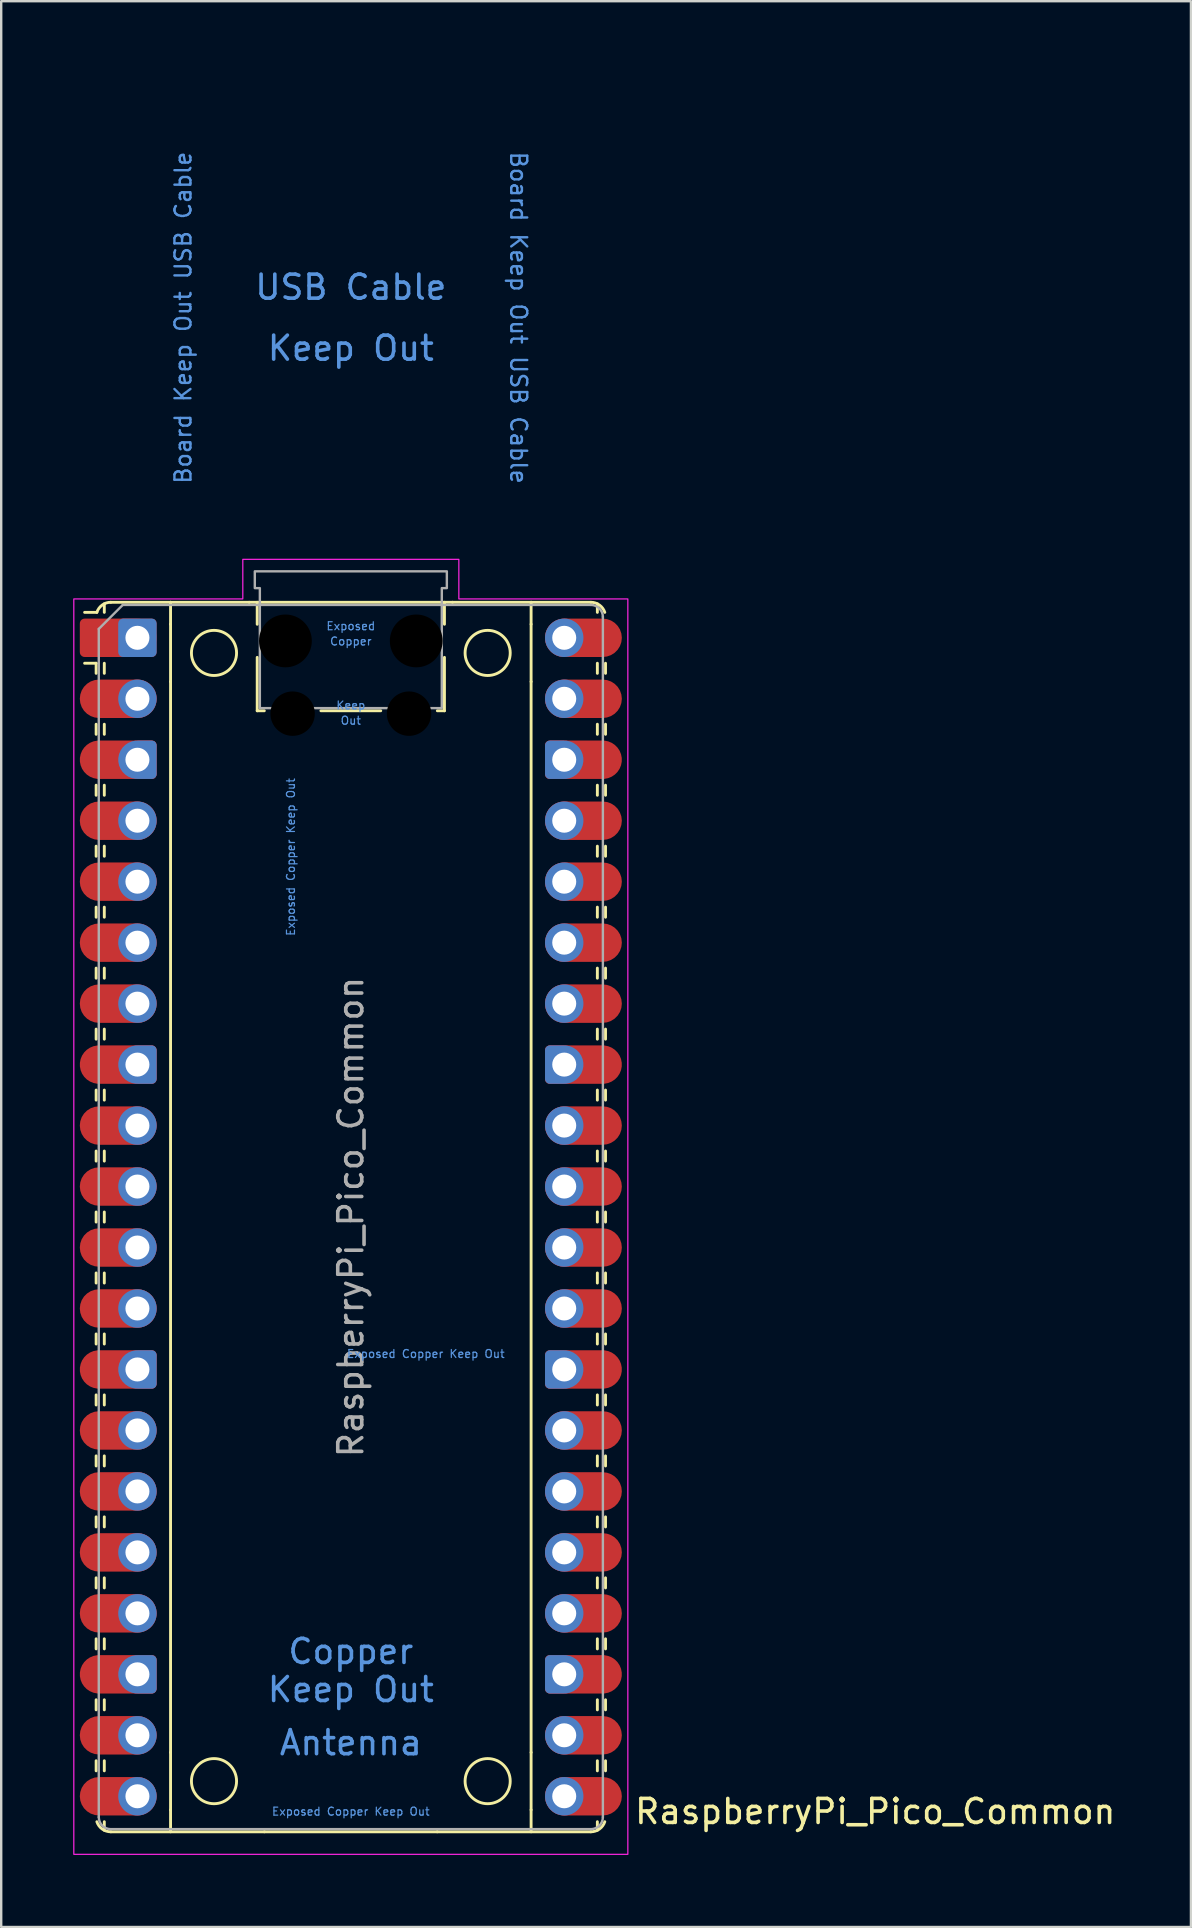
<source format=kicad_pcb>
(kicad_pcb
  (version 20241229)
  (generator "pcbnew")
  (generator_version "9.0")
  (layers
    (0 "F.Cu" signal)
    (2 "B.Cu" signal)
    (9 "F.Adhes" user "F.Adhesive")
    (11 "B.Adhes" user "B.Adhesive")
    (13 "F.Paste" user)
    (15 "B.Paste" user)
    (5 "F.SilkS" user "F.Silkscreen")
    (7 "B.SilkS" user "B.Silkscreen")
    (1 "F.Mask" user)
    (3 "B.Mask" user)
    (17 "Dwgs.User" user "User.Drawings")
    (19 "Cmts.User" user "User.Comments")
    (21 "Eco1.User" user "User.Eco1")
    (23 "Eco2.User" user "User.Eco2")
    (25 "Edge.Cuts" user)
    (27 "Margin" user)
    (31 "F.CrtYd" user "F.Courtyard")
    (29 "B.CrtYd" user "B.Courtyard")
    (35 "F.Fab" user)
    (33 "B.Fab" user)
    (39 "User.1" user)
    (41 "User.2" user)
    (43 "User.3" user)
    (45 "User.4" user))
  (footprint "RaspberryPi_Pico_Common"
    (layer "F.Cu")
    (at 11.565 47.65)
    (property "Reference" "RaspberryPi_Pico_Common" (at 11.748 24.765 0) (unlocked yes) (layer "F.SilkS") (effects (font (size 1 1) (thickness 0.15)) (justify left)))
    (attr through_hole)
    (fp_line (start -10.61 -23.07) (end -11.09 -23.07) (stroke (width 0.12) (type solid)) (layer "F.SilkS"))
    (fp_line (start -10.61 -23.07) (end -10.61 -22.65) (stroke (width 0.12) (type solid)) (layer "F.SilkS"))
    (fp_line (start -10.61 -20.53) (end -10.61 -20.11) (stroke (width 0.12) (type solid)) (layer "F.SilkS"))
    (fp_line (start -10.61 -17.99) (end -10.61 -17.57) (stroke (width 0.12) (type solid)) (layer "F.SilkS"))
    (fp_line (start -10.61 -15.45) (end -10.61 -15.03) (stroke (width 0.12) (type solid)) (layer "F.SilkS"))
    (fp_line (start -10.61 -12.91) (end -10.61 -12.49) (stroke (width 0.12) (type solid)) (layer "F.SilkS"))
    (fp_line (start -10.61 -10.37) (end -10.61 -9.95) (stroke (width 0.12) (type solid)) (layer "F.SilkS"))
    (fp_line (start -10.61 -7.83) (end -10.61 -7.41) (stroke (width 0.12) (type solid)) (layer "F.SilkS"))
    (fp_line (start -10.61 -5.29) (end -10.61 -4.87) (stroke (width 0.12) (type solid)) (layer "F.SilkS"))
    (fp_line (start -10.61 -2.75) (end -10.61 -2.33) (stroke (width 0.12) (type solid)) (layer "F.SilkS"))
    (fp_line (start -10.61 -0.21) (end -10.61 0.21) (stroke (width 0.12) (type solid)) (layer "F.SilkS"))
    (fp_line (start -10.61 2.33) (end -10.61 2.75) (stroke (width 0.12) (type solid)) (layer "F.SilkS"))
    (fp_line (start -10.61 4.87) (end -10.61 5.29) (stroke (width 0.12) (type solid)) (layer "F.SilkS"))
    (fp_line (start -10.61 7.41) (end -10.61 7.83) (stroke (width 0.12) (type solid)) (layer "F.SilkS"))
    (fp_line (start -10.61 9.95) (end -10.61 10.37) (stroke (width 0.12) (type solid)) (layer "F.SilkS"))
    (fp_line (start -10.61 12.49) (end -10.61 12.91) (stroke (width 0.12) (type solid)) (layer "F.SilkS"))
    (fp_line (start -10.61 15.03) (end -10.61 15.45) (stroke (width 0.12) (type solid)) (layer "F.SilkS"))
    (fp_line (start -10.61 17.57) (end -10.61 17.99) (stroke (width 0.12) (type solid)) (layer "F.SilkS"))
    (fp_line (start -10.61 20.11) (end -10.61 20.53) (stroke (width 0.12) (type solid)) (layer "F.SilkS"))
    (fp_line (start -10.61 22.65) (end -10.61 23.07) (stroke (width 0.12) (type solid)) (layer "F.SilkS"))
    (fp_line (start -10.58 -25.19) (end -11.09 -25.19) (stroke (width 0.12) (type solid)) (layer "F.SilkS"))
    (fp_line (start -10.27 -25.19) (end -10.27 -25.547) (stroke (width 0.12) (type solid)) (layer "F.SilkS"))
    (fp_line (start -10.27 -23.07) (end -10.27 -22.65) (stroke (width 0.12) (type solid)) (layer "F.SilkS"))
    (fp_line (start -10.27 -20.53) (end -10.27 -20.11) (stroke (width 0.12) (type solid)) (layer "F.SilkS"))
    (fp_line (start -10.27 -17.99) (end -10.27 -17.57) (stroke (width 0.12) (type solid)) (layer "F.SilkS"))
    (fp_line (start -10.27 -15.45) (end -10.27 -15.03) (stroke (width 0.12) (type solid)) (layer "F.SilkS"))
    (fp_line (start -10.27 -12.91) (end -10.27 -12.49) (stroke (width 0.12) (type solid)) (layer "F.SilkS"))
    (fp_line (start -10.27 -10.37) (end -10.27 -9.95) (stroke (width 0.12) (type solid)) (layer "F.SilkS"))
    (fp_line (start -10.27 -7.83) (end -10.27 -7.41) (stroke (width 0.12) (type solid)) (layer "F.SilkS"))
    (fp_line (start -10.27 -5.29) (end -10.27 -4.87) (stroke (width 0.12) (type solid)) (layer "F.SilkS"))
    (fp_line (start -10.27 -2.75) (end -10.27 -2.33) (stroke (width 0.12) (type solid)) (layer "F.SilkS"))
    (fp_line (start -10.27 -0.21) (end -10.27 0.21) (stroke (width 0.12) (type solid)) (layer "F.SilkS"))
    (fp_line (start -10.27 2.33) (end -10.27 2.75) (stroke (width 0.12) (type solid)) (layer "F.SilkS"))
    (fp_line (start -10.27 4.87) (end -10.27 5.29) (stroke (width 0.12) (type solid)) (layer "F.SilkS"))
    (fp_line (start -10.27 7.41) (end -10.27 7.83) (stroke (width 0.12) (type solid)) (layer "F.SilkS"))
    (fp_line (start -10.27 9.95) (end -10.27 10.37) (stroke (width 0.12) (type solid)) (layer "F.SilkS"))
    (fp_line (start -10.27 12.49) (end -10.27 12.91) (stroke (width 0.12) (type solid)) (layer "F.SilkS"))
    (fp_line (start -10.27 15.03) (end -10.27 15.45) (stroke (width 0.12) (type solid)) (layer "F.SilkS"))
    (fp_line (start -10.27 17.57) (end -10.27 17.99) (stroke (width 0.12) (type solid)) (layer "F.SilkS"))
    (fp_line (start -10.27 20.11) (end -10.27 20.53) (stroke (width 0.12) (type solid)) (layer "F.SilkS"))
    (fp_line (start -10.27 22.65) (end -10.27 23.07) (stroke (width 0.12) (type solid)) (layer "F.SilkS"))
    (fp_line (start -10.27 25.19) (end -10.27 25.547) (stroke (width 0.12) (type solid)) (layer "F.SilkS"))
    (fp_line (start -10 -25.61) (end -7.51 -25.61) (stroke (width 0.12) (type solid)) (layer "F.SilkS"))
    (fp_line (start -10 25.61) (end -3.6 25.61) (stroke (width 0.12) (type solid)) (layer "F.SilkS"))
    (fp_line (start -7.51 -25.61) (end -7.51 -24.696) (stroke (width 0.12) (type solid)) (layer "F.SilkS"))
    (fp_line (start -7.51 -25.61) (end -4.235 -25.61) (stroke (width 0.12) (type solid)) (layer "F.SilkS"))
    (fp_line (start -7.51 -24.696) (end -7.51 -22.304) (stroke (width 0.12) (type solid)) (layer "F.SilkS"))
    (fp_line (start -7.51 -22.304) (end -7.51 22.304) (stroke (width 0.12) (type solid)) (layer "F.SilkS"))
    (fp_line (start -7.51 22.304) (end -7.51 24.696) (stroke (width 0.12) (type solid)) (layer "F.SilkS"))
    (fp_line (start -7.51 24.696) (end -7.51 25.61) (stroke (width 0.12) (type solid)) (layer "F.SilkS"))
    (fp_line (start -4.235 -25.61) (end 4.235 -25.61) (stroke (width 0.12) (type solid)) (layer "F.SilkS"))
    (fp_line (start -3.9 -25.61) (end -3.9 -24.694) (stroke (width 0.12) (type solid)) (layer "F.SilkS"))
    (fp_line (start -3.9 -23.315) (end -3.9 -21.09) (stroke (width 0.12) (type solid)) (layer "F.SilkS"))
    (fp_line (start -3.9 -21.09) (end -3.604 -21.09) (stroke (width 0.12) (type solid)) (layer "F.SilkS"))
    (fp_line (start -1.246 -21.09) (end 1.246 -21.09) (stroke (width 0.12) (type solid)) (layer "F.SilkS"))
    (fp_line (start 3.6 25.61) (end -3.6 25.61) (stroke (width 0.12) (type solid)) (layer "F.SilkS"))
    (fp_line (start 3.6 25.61) (end 10 25.61) (stroke (width 0.12) (type solid)) (layer "F.SilkS"))
    (fp_line (start 3.604 -21.09) (end 3.9 -21.09) (stroke (width 0.12) (type solid)) (layer "F.SilkS"))
    (fp_line (start 3.9 -25.61) (end 3.9 -24.694) (stroke (width 0.12) (type solid)) (layer "F.SilkS"))
    (fp_line (start 3.9 -23.315) (end 3.9 -21.09) (stroke (width 0.12) (type solid)) (layer "F.SilkS"))
    (fp_line (start 4.235 -25.61) (end 7.51 -25.61) (stroke (width 0.12) (type solid)) (layer "F.SilkS"))
    (fp_line (start 7.51 -25.61) (end 7.51 -24.696) (stroke (width 0.12) (type solid)) (layer "F.SilkS"))
    (fp_line (start 7.51 -24.696) (end 7.51 -22.304) (stroke (width 0.12) (type solid)) (layer "F.SilkS"))
    (fp_line (start 7.51 -22.304) (end 7.51 22.304) (stroke (width 0.12) (type solid)) (layer "F.SilkS"))
    (fp_line (start 7.51 22.304) (end 7.51 24.696) (stroke (width 0.12) (type solid)) (layer "F.SilkS"))
    (fp_line (start 7.51 24.696) (end 7.51 25.61) (stroke (width 0.12) (type solid)) (layer "F.SilkS"))
    (fp_line (start 10 -25.61) (end 7.51 -25.61) (stroke (width 0.12) (type solid)) (layer "F.SilkS"))
    (fp_line (start 10.27 -25.19) (end 10.27 -25.547) (stroke (width 0.12) (type solid)) (layer "F.SilkS"))
    (fp_line (start 10.27 -23.07) (end 10.27 -22.65) (stroke (width 0.12) (type solid)) (layer "F.SilkS"))
    (fp_line (start 10.27 -20.53) (end 10.27 -20.11) (stroke (width 0.12) (type solid)) (layer "F.SilkS"))
    (fp_line (start 10.27 -17.99) (end 10.27 -17.57) (stroke (width 0.12) (type solid)) (layer "F.SilkS"))
    (fp_line (start 10.27 -15.45) (end 10.27 -15.03) (stroke (width 0.12) (type solid)) (layer "F.SilkS"))
    (fp_line (start 10.27 -12.91) (end 10.27 -12.49) (stroke (width 0.12) (type solid)) (layer "F.SilkS"))
    (fp_line (start 10.27 -10.37) (end 10.27 -9.95) (stroke (width 0.12) (type solid)) (layer "F.SilkS"))
    (fp_line (start 10.27 -7.83) (end 10.27 -7.41) (stroke (width 0.12) (type solid)) (layer "F.SilkS"))
    (fp_line (start 10.27 -5.29) (end 10.27 -4.87) (stroke (width 0.12) (type solid)) (layer "F.SilkS"))
    (fp_line (start 10.27 -2.75) (end 10.27 -2.33) (stroke (width 0.12) (type solid)) (layer "F.SilkS"))
    (fp_line (start 10.27 -0.21) (end 10.27 0.21) (stroke (width 0.12) (type solid)) (layer "F.SilkS"))
    (fp_line (start 10.27 2.33) (end 10.27 2.75) (stroke (width 0.12) (type solid)) (layer "F.SilkS"))
    (fp_line (start 10.27 4.87) (end 10.27 5.29) (stroke (width 0.12) (type solid)) (layer "F.SilkS"))
    (fp_line (start 10.27 7.41) (end 10.27 7.83) (stroke (width 0.12) (type solid)) (layer "F.SilkS"))
    (fp_line (start 10.27 9.95) (end 10.27 10.37) (stroke (width 0.12) (type solid)) (layer "F.SilkS"))
    (fp_line (start 10.27 12.49) (end 10.27 12.91) (stroke (width 0.12) (type solid)) (layer "F.SilkS"))
    (fp_line (start 10.27 15.03) (end 10.27 15.45) (stroke (width 0.12) (type solid)) (layer "F.SilkS"))
    (fp_line (start 10.27 17.57) (end 10.27 17.99) (stroke (width 0.12) (type solid)) (layer "F.SilkS"))
    (fp_line (start 10.27 20.11) (end 10.27 20.53) (stroke (width 0.12) (type solid)) (layer "F.SilkS"))
    (fp_line (start 10.27 22.65) (end 10.27 23.07) (stroke (width 0.12) (type solid)) (layer "F.SilkS"))
    (fp_line (start 10.27 25.19) (end 10.27 25.547) (stroke (width 0.12) (type solid)) (layer "F.SilkS"))
    (fp_line (start 10.61 -23.07) (end 10.61 -22.65) (stroke (width 0.12) (type solid)) (layer "F.SilkS"))
    (fp_line (start 10.61 -20.53) (end 10.61 -20.11) (stroke (width 0.12) (type solid)) (layer "F.SilkS"))
    (fp_line (start 10.61 -17.99) (end 10.61 -17.57) (stroke (width 0.12) (type solid)) (layer "F.SilkS"))
    (fp_line (start 10.61 -15.45) (end 10.61 -15.03) (stroke (width 0.12) (type solid)) (layer "F.SilkS"))
    (fp_line (start 10.61 -12.91) (end 10.61 -12.49) (stroke (width 0.12) (type solid)) (layer "F.SilkS"))
    (fp_line (start 10.61 -10.37) (end 10.61 -9.95) (stroke (width 0.12) (type solid)) (layer "F.SilkS"))
    (fp_line (start 10.61 -7.83) (end 10.61 -7.41) (stroke (width 0.12) (type solid)) (layer "F.SilkS"))
    (fp_line (start 10.61 -5.29) (end 10.61 -4.87) (stroke (width 0.12) (type solid)) (layer "F.SilkS"))
    (fp_line (start 10.61 -2.75) (end 10.61 -2.33) (stroke (width 0.12) (type solid)) (layer "F.SilkS"))
    (fp_line (start 10.61 -0.21) (end 10.61 0.21) (stroke (width 0.12) (type solid)) (layer "F.SilkS"))
    (fp_line (start 10.61 2.33) (end 10.61 2.75) (stroke (width 0.12) (type solid)) (layer "F.SilkS"))
    (fp_line (start 10.61 4.87) (end 10.61 5.29) (stroke (width 0.12) (type solid)) (layer "F.SilkS"))
    (fp_line (start 10.61 7.41) (end 10.61 7.83) (stroke (width 0.12) (type solid)) (layer "F.SilkS"))
    (fp_line (start 10.61 9.95) (end 10.61 10.37) (stroke (width 0.12) (type solid)) (layer "F.SilkS"))
    (fp_line (start 10.61 12.49) (end 10.61 12.91) (stroke (width 0.12) (type solid)) (layer "F.SilkS"))
    (fp_line (start 10.61 15.03) (end 10.61 15.45) (stroke (width 0.12) (type solid)) (layer "F.SilkS"))
    (fp_line (start 10.61 17.57) (end 10.61 17.99) (stroke (width 0.12) (type solid)) (layer "F.SilkS"))
    (fp_line (start 10.61 20.11) (end 10.61 20.53) (stroke (width 0.12) (type solid)) (layer "F.SilkS"))
    (fp_line (start 10.61 22.65) (end 10.61 23.07) (stroke (width 0.12) (type solid)) (layer "F.SilkS"))
    (fp_arc (start -10.579676 -25.189937) (mid -10.357938 -25.493944) (end -10 -25.61) (stroke (width 0.12) (type solid)) (layer "F.SilkS"))
    (fp_arc (start -10 25.61) (mid -10.357937 25.493944) (end -10.579676 25.189937) (stroke (width 0.12) (type solid)) (layer "F.SilkS"))
    (fp_arc (start 10 -25.61) (mid 10.357937 -25.493944) (end 10.579676 -25.189937) (stroke (width 0.12) (type solid)) (layer "F.SilkS"))
    (fp_arc (start 10.579676 25.189937) (mid 10.357949 25.493953) (end 10 25.61) (stroke (width 0.12) (type solid)) (layer "F.SilkS"))
    (fp_circle (center -5.7 -23.5) (end -4.76 -23.5) (stroke (width 0.12) (type solid)) (fill no) (layer "F.SilkS"))
    (fp_circle (center -5.7 23.5) (end -4.76 23.5) (stroke (width 0.12) (type solid)) (fill no) (layer "F.SilkS"))
    (fp_circle (center 5.7 -23.5) (end 6.64 -23.5) (stroke (width 0.12) (type solid)) (fill no) (layer "F.SilkS"))
    (fp_circle (center 5.7 23.5) (end 6.64 23.5) (stroke (width 0.12) (type solid)) (fill no) (layer "F.SilkS"))
    (fp_poly (pts (xy -4.5 -27.4) (xy 4.5 -27.4) (xy 4.5 -25.75) (xy 11.54 -25.75) (xy 11.54 26.55) (xy -11.54 26.55) (xy -11.54 -25.75) (xy -4.5 -25.75)) (stroke (width 0.05) (type solid)) (fill no) (layer "F.CrtYd"))
    (fp_line (start -10.5 -24.5) (end -9.5 -25.5) (stroke (width 0.1) (type solid)) (layer "F.Fab"))
    (fp_line (start -10.5 25) (end -10.5 -24.5) (stroke (width 0.1) (type solid)) (layer "F.Fab"))
    (fp_line (start -9.5 -25.5) (end 10 -25.5) (stroke (width 0.1) (type solid)) (layer "F.Fab"))
    (fp_line (start 10 25.5) (end -10 25.5) (stroke (width 0.1) (type solid)) (layer "F.Fab"))
    (fp_line (start 10.5 -25) (end 10.5 25) (stroke (width 0.1) (type solid)) (layer "F.Fab"))
    (fp_arc (start -10 25.5) (mid -10.353553 25.353553) (end -10.5 25) (stroke (width 0.1) (type solid)) (layer "F.Fab"))
    (fp_arc (start 10 -25.5) (mid 10.353553 -25.353553) (end 10.5 -25) (stroke (width 0.1) (type solid)) (layer "F.Fab"))
    (fp_arc (start 10.5 25) (mid 10.353553 25.353553) (end 10 25.5) (stroke (width 0.1) (type solid)) (layer "F.Fab"))
    (fp_poly (pts (xy 3.79 -21.2) (xy 3.79 -26.2) (xy 4 -26.2) (xy 4 -26.9) (xy -4 -26.9) (xy -4 -26.2) (xy -3.79 -26.2) (xy -3.79 -21.2)) (stroke (width 0.1) (type solid)) (fill no) (layer "F.Fab"))
    (fp_text user "Keep" (at 0 -21.317 0) (unlocked yes) (layer "Cmts.User") (effects (font (size 0.333 0.333) (thickness 0.05))))
    (fp_text user "Exposed Copper Keep Out" (at 3.124 5.7 0) (unlocked yes) (layer "Cmts.User") (effects (font (size 0.333 0.333) (thickness 0.05))))
    (fp_text user "Exposed Copper Keep Out" (at -2.5 -15 90) (unlocked yes) (layer "Cmts.User") (effects (font (size 0.333 0.333) (thickness 0.05))))
    (fp_text user "Copper" (at 0 -23.983 0) (unlocked yes) (layer "Cmts.User") (effects (font (size 0.333 0.333) (thickness 0.05))))
    (fp_text user "Board Keep Out USB Cable" (at -6.985 -37.465 90) (unlocked yes) (layer "Cmts.User") (effects (font (size 0.667 0.667) (thickness 0.1))))
    (fp_text user "Keep Out" (at 0 19.685 0) (unlocked yes) (layer "Cmts.User") (effects (font (size 1 1) (thickness 0.15))))
    (fp_text user "Copper" (at 0 18.098 0) (unlocked yes) (layer "Cmts.User") (effects (font (size 1 1) (thickness 0.15))))
    (fp_text user "Out" (at 0 -20.683 0) (unlocked yes) (layer "Cmts.User") (effects (font (size 0.333 0.333) (thickness 0.05))))
    (fp_text user "Antenna" (at 0 21.9 0) (unlocked yes) (layer "Cmts.User") (effects (font (size 1 1) (thickness 0.15))))
    (fp_text user "Keep Out" (at 0 -36.195 0) (unlocked yes) (layer "Cmts.User") (effects (font (size 1 1) (thickness 0.15))))
    (fp_text user "Exposed" (at 0 -24.617 0) (unlocked yes) (layer "Cmts.User") (effects (font (size 0.333 0.333) (thickness 0.05))))
    (fp_text user "USB Cable" (at 0 -38.735 0) (unlocked yes) (layer "Cmts.User") (effects (font (size 1 1) (thickness 0.15))))
    (fp_text user "Exposed Copper Keep Out" (at 0 24.765 0) (unlocked yes) (layer "Cmts.User") (effects (font (size 0.333 0.333) (thickness 0.05))))
    (fp_text user "Board Keep Out USB Cable" (at 6.985 -37.465 270) (unlocked yes) (layer "Cmts.User") (effects (font (size 0.667 0.667) (thickness 0.1))))
    (fp_text user "${REFERENCE}" (at 0 0 90) (layer "F.Fab") (effects (font (size 1 1) (thickness 0.15))))
    (pad "" np_thru_hole circle (at -2.725 -24) (size 2.2 2.2) (drill 2.2) (layers "*.Mask"))
    (pad "" np_thru_hole circle (at -2.425 -20.97) (size 1.85 1.85) (drill 1.85) (layers "*.Mask"))
    (pad "" np_thru_hole circle (at 2.425 -20.97) (size 1.85 1.85) (drill 1.85) (layers "*.Mask"))
    (pad "" np_thru_hole circle (at 2.725 -24) (size 2.2 2.2) (drill 2.2) (layers "*.Mask"))
    (pad "1" thru_hole roundrect (at -8.89 -24.13) (size 1.6 1.6) (drill 1) (layers "*.Cu" "*.Mask") (roundrect_rratio 0.125))
    (pad "1" smd custom (at -8.89 -24.13) (size 1.6 1.6) (layers "F.Cu" "F.Mask") (options (anchor circle)) (primitives (gr_poly (pts (xy -2.4 0.6) (xy -2.4 -0.6) (xy -2.2 -0.8) (xy 0 -0.8) (xy 0 0.8) (xy -2.2 0.8)) (width 0) (fill yes)) (gr_circle (center -2.2 0.6) (end -2 0.6) (width 0) (fill yes)) (gr_circle (center -2.2 -0.6) (end -2 -0.6) (width 0) (fill yes))))
    (pad "2" thru_hole circle (at -8.89 -21.59) (size 1.6 1.6) (drill 1) (layers "*.Cu" "*.Mask"))
    (pad "2" smd roundrect (at -8.89 -21.59) (size 3.2 1.6) (drill (offset -0.8 0)) (layers "F.Cu" "F.Mask") (roundrect_rratio 0.5))
    (pad "3" smd custom (at -8.89 -19.05) (size 1.6 1.6) (layers "F.Cu" "F.Mask") (options (anchor circle)) (primitives (gr_poly (pts (xy 0.8 -0.6) (xy 0.8 0.6) (xy 0.6 0.8) (xy -1.6 0.8) (xy -1.6 -0.8) (xy 0.6 -0.8)) (width 0) (fill yes)) (gr_circle (center 0.6 0.6) (end 0.8 0.6) (width 0) (fill yes)) (gr_circle (center 0.6 -0.6) (end 0.8 -0.6) (width 0) (fill yes)) (gr_circle (center -1.6 0) (end -0.8 0) (width 0) (fill yes))))
    (pad "3" thru_hole custom (at -8.89 -19.05) (size 1.6 1.6) (drill 1) (layers "*.Cu" "*.Mask") (options (anchor circle)) (primitives (gr_poly (pts (xy 0.8 0.6) (xy 0.8 -0.6) (xy 0.6 -0.8) (xy 0 -0.8) (xy 0 0.8) (xy 0.6 0.8)) (width 0) (fill yes)) (gr_circle (center 0.6 0.6) (end 0.8 0.6) (width 0) (fill yes)) (gr_circle (center 0.6 -0.6) (end 0.8 -0.6) (width 0) (fill yes))))
    (pad "4" thru_hole circle (at -8.89 -16.51) (size 1.6 1.6) (drill 1) (layers "*.Cu" "*.Mask"))
    (pad "4" smd roundrect (at -8.89 -16.51) (size 3.2 1.6) (drill (offset -0.8 0)) (layers "F.Cu" "F.Mask") (roundrect_rratio 0.5))
    (pad "5" thru_hole circle (at -8.89 -13.97) (size 1.6 1.6) (drill 1) (layers "*.Cu" "*.Mask"))
    (pad "5" smd roundrect (at -8.89 -13.97) (size 3.2 1.6) (drill (offset -0.8 0)) (layers "F.Cu" "F.Mask") (roundrect_rratio 0.5))
    (pad "6" thru_hole circle (at -8.89 -11.43) (size 1.6 1.6) (drill 1) (layers "*.Cu" "*.Mask"))
    (pad "6" smd roundrect (at -8.89 -11.43) (size 3.2 1.6) (drill (offset -0.8 0)) (layers "F.Cu" "F.Mask") (roundrect_rratio 0.5))
    (pad "7" thru_hole circle (at -8.89 -8.89) (size 1.6 1.6) (drill 1) (layers "*.Cu" "*.Mask"))
    (pad "7" smd roundrect (at -8.89 -8.89) (size 3.2 1.6) (drill (offset -0.8 0)) (layers "F.Cu" "F.Mask") (roundrect_rratio 0.5))
    (pad "8" smd custom (at -8.89 -6.35) (size 1.6 1.6) (layers "F.Cu" "F.Mask") (options (anchor circle)) (primitives (gr_poly (pts (xy 0.8 -0.6) (xy 0.8 0.6) (xy 0.6 0.8) (xy -1.6 0.8) (xy -1.6 -0.8) (xy 0.6 -0.8)) (width 0) (fill yes)) (gr_circle (center 0.6 0.6) (end 0.8 0.6) (width 0) (fill yes)) (gr_circle (center 0.6 -0.6) (end 0.8 -0.6) (width 0) (fill yes)) (gr_circle (center -1.6 0) (end -0.8 0) (width 0) (fill yes))))
    (pad "8" thru_hole custom (at -8.89 -6.35) (size 1.6 1.6) (drill 1) (layers "*.Cu" "*.Mask") (options (anchor circle)) (primitives (gr_poly (pts (xy 0.8 0.6) (xy 0.8 -0.6) (xy 0.6 -0.8) (xy 0 -0.8) (xy 0 0.8) (xy 0.6 0.8)) (width 0) (fill yes)) (gr_circle (center 0.6 0.6) (end 0.8 0.6) (width 0) (fill yes)) (gr_circle (center 0.6 -0.6) (end 0.8 -0.6) (width 0) (fill yes))))
    (pad "9" thru_hole circle (at -8.89 -3.81) (size 1.6 1.6) (drill 1) (layers "*.Cu" "*.Mask"))
    (pad "9" smd roundrect (at -8.89 -3.81) (size 3.2 1.6) (drill (offset -0.8 0)) (layers "F.Cu" "F.Mask") (roundrect_rratio 0.5))
    (pad "10" thru_hole circle (at -8.89 -1.27) (size 1.6 1.6) (drill 1) (layers "*.Cu" "*.Mask"))
    (pad "10" smd roundrect (at -8.89 -1.27) (size 3.2 1.6) (drill (offset -0.8 0)) (layers "F.Cu" "F.Mask") (roundrect_rratio 0.5))
    (pad "11" thru_hole circle (at -8.89 1.27) (size 1.6 1.6) (drill 1) (layers "*.Cu" "*.Mask"))
    (pad "11" smd roundrect (at -8.89 1.27) (size 3.2 1.6) (drill (offset -0.8 0)) (layers "F.Cu" "F.Mask") (roundrect_rratio 0.5))
    (pad "12" thru_hole circle (at -8.89 3.81) (size 1.6 1.6) (drill 1) (layers "*.Cu" "*.Mask"))
    (pad "12" smd roundrect (at -8.89 3.81) (size 3.2 1.6) (drill (offset -0.8 0)) (layers "F.Cu" "F.Mask") (roundrect_rratio 0.5))
    (pad "13" smd custom (at -8.89 6.35) (size 1.6 1.6) (layers "F.Cu" "F.Mask") (options (anchor circle)) (primitives (gr_poly (pts (xy 0.8 -0.6) (xy 0.8 0.6) (xy 0.6 0.8) (xy -1.6 0.8) (xy -1.6 -0.8) (xy 0.6 -0.8)) (width 0) (fill yes)) (gr_circle (center 0.6 0.6) (end 0.8 0.6) (width 0) (fill yes)) (gr_circle (center 0.6 -0.6) (end 0.8 -0.6) (width 0) (fill yes)) (gr_circle (center -1.6 0) (end -0.8 0) (width 0) (fill yes))))
    (pad "13" thru_hole custom (at -8.89 6.35) (size 1.6 1.6) (drill 1) (layers "*.Cu" "*.Mask") (options (anchor circle)) (primitives (gr_poly (pts (xy 0.8 0.6) (xy 0.8 -0.6) (xy 0.6 -0.8) (xy 0 -0.8) (xy 0 0.8) (xy 0.6 0.8)) (width 0) (fill yes)) (gr_circle (center 0.6 0.6) (end 0.8 0.6) (width 0) (fill yes)) (gr_circle (center 0.6 -0.6) (end 0.8 -0.6) (width 0) (fill yes))))
    (pad "14" thru_hole circle (at -8.89 8.89) (size 1.6 1.6) (drill 1) (layers "*.Cu" "*.Mask"))
    (pad "14" smd roundrect (at -8.89 8.89) (size 3.2 1.6) (drill (offset -0.8 0)) (layers "F.Cu" "F.Mask") (roundrect_rratio 0.5))
    (pad "15" thru_hole circle (at -8.89 11.43) (size 1.6 1.6) (drill 1) (layers "*.Cu" "*.Mask"))
    (pad "15" smd roundrect (at -8.89 11.43) (size 3.2 1.6) (drill (offset -0.8 0)) (layers "F.Cu" "F.Mask") (roundrect_rratio 0.5))
    (pad "16" thru_hole circle (at -8.89 13.97) (size 1.6 1.6) (drill 1) (layers "*.Cu" "*.Mask"))
    (pad "16" smd roundrect (at -8.89 13.97) (size 3.2 1.6) (drill (offset -0.8 0)) (layers "F.Cu" "F.Mask") (roundrect_rratio 0.5))
    (pad "17" thru_hole circle (at -8.89 16.51) (size 1.6 1.6) (drill 1) (layers "*.Cu" "*.Mask"))
    (pad "17" smd roundrect (at -8.89 16.51) (size 3.2 1.6) (drill (offset -0.8 0)) (layers "F.Cu" "F.Mask") (roundrect_rratio 0.5))
    (pad "18" smd custom (at -8.89 19.05) (size 1.6 1.6) (layers "F.Cu" "F.Mask") (options (anchor circle)) (primitives (gr_poly (pts (xy 0.8 -0.6) (xy 0.8 0.6) (xy 0.6 0.8) (xy -1.6 0.8) (xy -1.6 -0.8) (xy 0.6 -0.8)) (width 0) (fill yes)) (gr_circle (center 0.6 0.6) (end 0.8 0.6) (width 0) (fill yes)) (gr_circle (center 0.6 -0.6) (end 0.8 -0.6) (width 0) (fill yes)) (gr_circle (center -1.6 0) (end -0.8 0) (width 0) (fill yes))))
    (pad "18" thru_hole custom (at -8.89 19.05) (size 1.6 1.6) (drill 1) (layers "*.Cu" "*.Mask") (options (anchor circle)) (primitives (gr_poly (pts (xy 0.8 0.6) (xy 0.8 -0.6) (xy 0.6 -0.8) (xy 0 -0.8) (xy 0 0.8) (xy 0.6 0.8)) (width 0) (fill yes)) (gr_circle (center 0.6 0.6) (end 0.8 0.6) (width 0) (fill yes)) (gr_circle (center 0.6 -0.6) (end 0.8 -0.6) (width 0) (fill yes))))
    (pad "19" thru_hole circle (at -8.89 21.59) (size 1.6 1.6) (drill 1) (layers "*.Cu" "*.Mask"))
    (pad "19" smd roundrect (at -8.89 21.59) (size 3.2 1.6) (drill (offset -0.8 0)) (layers "F.Cu" "F.Mask") (roundrect_rratio 0.5))
    (pad "20" thru_hole circle (at -8.89 24.13) (size 1.6 1.6) (drill 1) (layers "*.Cu" "*.Mask"))
    (pad "20" smd roundrect (at -8.89 24.13) (size 3.2 1.6) (drill (offset -0.8 0)) (layers "F.Cu" "F.Mask") (roundrect_rratio 0.5))
    (pad "21" thru_hole circle (at 8.89 24.13) (size 1.6 1.6) (drill 1) (layers "*.Cu" "*.Mask"))
    (pad "21" smd roundrect (at 8.89 24.13) (size 3.2 1.6) (drill (offset 0.8 0)) (layers "F.Cu" "F.Mask") (roundrect_rratio 0.5))
    (pad "22" thru_hole circle (at 8.89 21.59) (size 1.6 1.6) (drill 1) (layers "*.Cu" "*.Mask"))
    (pad "22" smd roundrect (at 8.89 21.59) (size 3.2 1.6) (drill (offset 0.8 0)) (layers "F.Cu" "F.Mask") (roundrect_rratio 0.5))
    (pad "23" smd custom (at 8.89 19.05) (size 1.6 1.6) (layers "F.Cu" "F.Mask") (options (anchor circle)) (primitives (gr_poly (pts (xy -0.8 -0.6) (xy -0.8 0.6) (xy -0.6 0.8) (xy 1.6 0.8) (xy 1.6 -0.8) (xy -0.6 -0.8)) (width 0) (fill yes)) (gr_circle (center -0.6 0.6) (end -0.4 0.6) (width 0) (fill yes)) (gr_circle (center -0.6 -0.6) (end -0.4 -0.6) (width 0) (fill yes)) (gr_circle (center 1.6 0) (end 2.4 0) (width 0) (fill yes))))
    (pad "23" thru_hole custom (at 8.89 19.05) (size 1.6 1.6) (drill 1) (layers "*.Cu" "*.Mask") (options (anchor circle)) (primitives (gr_poly (pts (xy -0.8 0.6) (xy -0.8 -0.6) (xy -0.6 -0.8) (xy 0 -0.8) (xy 0 0.8) (xy -0.6 0.8)) (width 0) (fill yes)) (gr_circle (center -0.6 0.6) (end -0.4 0.6) (width 0) (fill yes)) (gr_circle (center -0.6 -0.6) (end -0.4 -0.6) (width 0) (fill yes))))
    (pad "24" thru_hole circle (at 8.89 16.51) (size 1.6 1.6) (drill 1) (layers "*.Cu" "*.Mask"))
    (pad "24" smd roundrect (at 8.89 16.51) (size 3.2 1.6) (drill (offset 0.8 0)) (layers "F.Cu" "F.Mask") (roundrect_rratio 0.5))
    (pad "25" thru_hole circle (at 8.89 13.97) (size 1.6 1.6) (drill 1) (layers "*.Cu" "*.Mask"))
    (pad "25" smd roundrect (at 8.89 13.97) (size 3.2 1.6) (drill (offset 0.8 0)) (layers "F.Cu" "F.Mask") (roundrect_rratio 0.5))
    (pad "26" thru_hole circle (at 8.89 11.43) (size 1.6 1.6) (drill 1) (layers "*.Cu" "*.Mask"))
    (pad "26" smd roundrect (at 8.89 11.43) (size 3.2 1.6) (drill (offset 0.8 0)) (layers "F.Cu" "F.Mask") (roundrect_rratio 0.5))
    (pad "27" thru_hole circle (at 8.89 8.89) (size 1.6 1.6) (drill 1) (layers "*.Cu" "*.Mask"))
    (pad "27" smd roundrect (at 8.89 8.89) (size 3.2 1.6) (drill (offset 0.8 0)) (layers "F.Cu" "F.Mask") (roundrect_rratio 0.5))
    (pad "28" smd custom (at 8.89 6.35) (size 1.6 1.6) (layers "F.Cu" "F.Mask") (options (anchor circle)) (primitives (gr_poly (pts (xy -0.8 -0.6) (xy -0.8 0.6) (xy -0.6 0.8) (xy 1.6 0.8) (xy 1.6 -0.8) (xy -0.6 -0.8)) (width 0) (fill yes)) (gr_circle (center -0.6 0.6) (end -0.4 0.6) (width 0) (fill yes)) (gr_circle (center -0.6 -0.6) (end -0.4 -0.6) (width 0) (fill yes)) (gr_circle (center 1.6 0) (end 2.4 0) (width 0) (fill yes))))
    (pad "28" thru_hole custom (at 8.89 6.35) (size 1.6 1.6) (drill 1) (layers "*.Cu" "*.Mask") (options (anchor circle)) (primitives (gr_poly (pts (xy -0.8 0.6) (xy -0.8 -0.6) (xy -0.6 -0.8) (xy 0 -0.8) (xy 0 0.8) (xy -0.6 0.8)) (width 0) (fill yes)) (gr_circle (center -0.6 0.6) (end -0.4 0.6) (width 0) (fill yes)) (gr_circle (center -0.6 -0.6) (end -0.4 -0.6) (width 0) (fill yes))))
    (pad "29" thru_hole circle (at 8.89 3.81) (size 1.6 1.6) (drill 1) (layers "*.Cu" "*.Mask"))
    (pad "29" smd roundrect (at 8.89 3.81) (size 3.2 1.6) (drill (offset 0.8 0)) (layers "F.Cu" "F.Mask") (roundrect_rratio 0.5))
    (pad "30" thru_hole circle (at 8.89 1.27) (size 1.6 1.6) (drill 1) (layers "*.Cu" "*.Mask"))
    (pad "30" smd roundrect (at 8.89 1.27) (size 3.2 1.6) (drill (offset 0.8 0)) (layers "F.Cu" "F.Mask") (roundrect_rratio 0.5))
    (pad "31" thru_hole circle (at 8.89 -1.27) (size 1.6 1.6) (drill 1) (layers "*.Cu" "*.Mask"))
    (pad "31" smd roundrect (at 8.89 -1.27) (size 3.2 1.6) (drill (offset 0.8 0)) (layers "F.Cu" "F.Mask") (roundrect_rratio 0.5))
    (pad "32" thru_hole circle (at 8.89 -3.81) (size 1.6 1.6) (drill 1) (layers "*.Cu" "*.Mask"))
    (pad "32" smd roundrect (at 8.89 -3.81) (size 3.2 1.6) (drill (offset 0.8 0)) (layers "F.Cu" "F.Mask") (roundrect_rratio 0.5))
    (pad "33" smd custom (at 8.89 -6.35) (size 1.6 1.6) (layers "F.Cu" "F.Mask") (options (anchor circle)) (primitives (gr_poly (pts (xy -0.8 -0.6) (xy -0.8 0.6) (xy -0.6 0.8) (xy 1.6 0.8) (xy 1.6 -0.8) (xy -0.6 -0.8)) (width 0) (fill yes)) (gr_circle (center -0.6 0.6) (end -0.4 0.6) (width 0) (fill yes)) (gr_circle (center -0.6 -0.6) (end -0.4 -0.6) (width 0) (fill yes)) (gr_circle (center 1.6 0) (end 2.4 0) (width 0) (fill yes))))
    (pad "33" thru_hole custom (at 8.89 -6.35) (size 1.6 1.6) (drill 1) (layers "*.Cu" "*.Mask") (options (anchor circle)) (primitives (gr_poly (pts (xy -0.8 0.6) (xy -0.8 -0.6) (xy -0.6 -0.8) (xy 0 -0.8) (xy 0 0.8) (xy -0.6 0.8)) (width 0) (fill yes)) (gr_circle (center -0.6 0.6) (end -0.4 0.6) (width 0) (fill yes)) (gr_circle (center -0.6 -0.6) (end -0.4 -0.6) (width 0) (fill yes))))
    (pad "34" thru_hole circle (at 8.89 -8.89) (size 1.6 1.6) (drill 1) (layers "*.Cu" "*.Mask"))
    (pad "34" smd roundrect (at 8.89 -8.89) (size 3.2 1.6) (drill (offset 0.8 0)) (layers "F.Cu" "F.Mask") (roundrect_rratio 0.5))
    (pad "35" thru_hole circle (at 8.89 -11.43) (size 1.6 1.6) (drill 1) (layers "*.Cu" "*.Mask"))
    (pad "35" smd roundrect (at 8.89 -11.43) (size 3.2 1.6) (drill (offset 0.8 0)) (layers "F.Cu" "F.Mask") (roundrect_rratio 0.5))
    (pad "36" thru_hole circle (at 8.89 -13.97) (size 1.6 1.6) (drill 1) (layers "*.Cu" "*.Mask"))
    (pad "36" smd roundrect (at 8.89 -13.97) (size 3.2 1.6) (drill (offset 0.8 0)) (layers "F.Cu" "F.Mask") (roundrect_rratio 0.5))
    (pad "37" thru_hole circle (at 8.89 -16.51) (size 1.6 1.6) (drill 1) (layers "*.Cu" "*.Mask"))
    (pad "37" smd roundrect (at 8.89 -16.51) (size 3.2 1.6) (drill (offset 0.8 0)) (layers "F.Cu" "F.Mask") (roundrect_rratio 0.5))
    (pad "38" smd custom (at 8.89 -19.05) (size 1.6 1.6) (layers "F.Cu" "F.Mask") (options (anchor circle)) (primitives (gr_poly (pts (xy -0.8 -0.6) (xy -0.8 0.6) (xy -0.6 0.8) (xy 1.6 0.8) (xy 1.6 -0.8) (xy -0.6 -0.8)) (width 0) (fill yes)) (gr_circle (center -0.6 0.6) (end -0.4 0.6) (width 0) (fill yes)) (gr_circle (center -0.6 -0.6) (end -0.4 -0.6) (width 0) (fill yes)) (gr_circle (center 1.6 0) (end 2.4 0) (width 0) (fill yes))))
    (pad "38" thru_hole custom (at 8.89 -19.05) (size 1.6 1.6) (drill 1) (layers "*.Cu" "*.Mask") (options (anchor circle)) (primitives (gr_poly (pts (xy -0.8 0.6) (xy -0.8 -0.6) (xy -0.6 -0.8) (xy 0 -0.8) (xy 0 0.8) (xy -0.6 0.8)) (width 0) (fill yes)) (gr_circle (center -0.6 0.6) (end -0.4 0.6) (width 0) (fill yes)) (gr_circle (center -0.6 -0.6) (end -0.4 -0.6) (width 0) (fill yes))))
    (pad "39" thru_hole circle (at 8.89 -21.59) (size 1.6 1.6) (drill 1) (layers "*.Cu" "*.Mask"))
    (pad "39" smd roundrect (at 8.89 -21.59) (size 3.2 1.6) (drill (offset 0.8 0)) (layers "F.Cu" "F.Mask") (roundrect_rratio 0.5))
    (pad "40" thru_hole circle (at 8.89 -24.13) (size 1.6 1.6) (drill 1) (layers "*.Cu" "*.Mask"))
    (pad "40" smd roundrect (at 8.89 -24.13) (size 3.2 1.6) (drill (offset 0.8 0)) (layers "F.Cu" "F.Mask") (roundrect_rratio 0.5))
    (zone (net_name "") (layers "F.Cu" "B.Cu" "F.Paste" "B.Paste") (name "Antenna Copper Keep Out") (hatch full 0.5) (connect_pads) (min_thickness 0.254) (filled_areas_thickness no) (keepout (tracks not_allowed) (vias not_allowed) (pads not_allowed) (copperpour not_allowed) (footprints allowed)) (placement (enabled no)) (fill) (polygon (pts (xy 9.165 72.64) (xy 4.465 68.99) (xy 4.465 64.65) (xy 18.665 64.65) (xy 18.665 68.99) (xy 13.965 72.64) (xy 13.965 73.65) (xy 9.165 73.65))))
    (zone (net_name "") (layers "F.Cu" "F.Paste") (name "Pad Keep Out D1-W") (hatch full 0.5) (connect_pads) (min_thickness 0.25) (filled_areas_thickness no) (keepout (tracks not_allowed) (vias not_allowed) (pads not_allowed) (copperpour not_allowed) (footprints allowed)) (placement (enabled no)) (fill) (polygon (pts (xy 11.194 52.45) (xy 11.249 52.395) (xy 11.322 52.365) (xy 11.362 52.363) (xy 12.149 52.363) (xy 12.149 54.337) (xy 11.362 54.337) (xy 11.322 54.335) (xy 11.249 54.305) (xy 11.194 54.25) (xy 11.164 54.177) (xy 11.162 54.137) (xy 11.162 52.563) (xy 11.164 52.523))))
    (zone (net_name "") (layers "F.Cu" "F.Paste") (name "Pad Keep Out D1-W") (hatch full 0.5) (connect_pads) (min_thickness 0.25) (filled_areas_thickness no) (keepout (tracks not_allowed) (vias not_allowed) (pads not_allowed) (copperpour not_allowed) (footprints allowed)) (placement (enabled no)) (fill) (polygon (pts (xy 12.937 54.337) (xy 12.149 54.337) (xy 12.149 52.363) (xy 12.937 52.363) (xy 12.976 52.365) (xy 13.049 52.395) (xy 13.104 52.45) (xy 13.135 52.523) (xy 13.136 52.563) (xy 13.136 54.137) (xy 13.135 54.177) (xy 13.104 54.25) (xy 13.049 54.305) (xy 12.976 54.335))))
    (zone (net_name "") (layers "F.Cu" "F.Paste") (name "Pad Keep Out TP4") (hatch full 0.5) (connect_pads) (min_thickness 0.25) (filled_areas_thickness no) (keepout (tracks not_allowed) (vias not_allowed) (pads not_allowed) (copperpour not_allowed) (footprints allowed)) (placement (enabled no)) (fill) (polygon (pts (xy 8.549 31.098) (xy 8.423 31.064) (xy 8.309 30.998) (xy 8.217 30.906) (xy 8.151 30.792) (xy 8.117 30.666) (xy 8.115 30.6) (xy 8.115 30.15) (xy 10.015 30.15) (xy 10.015 30.6) (xy 10.013 30.666) (xy 9.979 30.792) (xy 9.913 30.906) (xy 9.821 30.998) (xy 9.707 31.064) (xy 9.581 31.098) (xy 9.515 31.1) (xy 8.615 31.1))))
    (zone (net_name "") (layers "F.Cu" "F.Paste") (name "Pad Keep Out TP5") (hatch full 0.5) (connect_pads) (min_thickness 0.25) (filled_areas_thickness no) (keepout (tracks not_allowed) (vias not_allowed) (pads not_allowed) (copperpour not_allowed) (footprints allowed)) (placement (enabled no)) (fill) (polygon (pts (xy 8.549 33.598) (xy 8.423 33.564) (xy 8.309 33.498) (xy 8.217 33.406) (xy 8.151 33.292) (xy 8.117 33.166) (xy 8.115 33.1) (xy 8.115 32.65) (xy 10.015 32.65) (xy 10.015 33.1) (xy 10.013 33.166) (xy 9.979 33.292) (xy 9.913 33.406) (xy 9.821 33.498) (xy 9.707 33.564) (xy 9.581 33.598) (xy 9.515 33.6) (xy 8.615 33.6))))
    (zone (net_name "") (layers "F.Cu" "F.Paste") (name "Pad Keep Out TP6") (hatch full 0.5) (connect_pads) (min_thickness 0.25) (filled_areas_thickness no) (keepout (tracks not_allowed) (vias not_allowed) (pads not_allowed) (copperpour not_allowed) (footprints allowed)) (placement (enabled no)) (fill) (polygon (pts (xy 8.549 36.098) (xy 8.423 36.064) (xy 8.309 35.998) (xy 8.217 35.906) (xy 8.151 35.792) (xy 8.117 35.666) (xy 8.115 35.6) (xy 8.115 35.15) (xy 10.015 35.15) (xy 10.015 35.6) (xy 10.013 35.666) (xy 9.979 35.792) (xy 9.913 35.906) (xy 9.821 35.998) (xy 9.707 36.064) (xy 9.581 36.098) (xy 9.515 36.1) (xy 8.615 36.1))))
    (zone (net_name "") (layers "F.Cu" "F.Paste") (name "Pad Keep Out TP3") (hatch full 0.5) (connect_pads) (min_thickness 0.25) (filled_areas_thickness no) (keepout (tracks not_allowed) (vias not_allowed) (pads not_allowed) (copperpour not_allowed) (footprints allowed)) (placement (enabled no)) (fill) (polygon (pts (xy 9.617 22.834) (xy 9.651 22.708) (xy 9.717 22.594) (xy 9.809 22.502) (xy 9.923 22.436) (xy 10.049 22.402) (xy 10.115 22.4) (xy 10.565 22.4) (xy 10.565 24.3) (xy 10.115 24.3) (xy 10.049 24.298) (xy 9.923 24.264) (xy 9.809 24.198) (xy 9.717 24.106) (xy 9.651 23.992) (xy 9.617 23.866) (xy 9.615 23.8) (xy 9.615 22.9))))
    (zone (net_name "") (layers "F.Cu" "F.Paste") (name "Pad Keep Out TP4") (hatch full 0.5) (connect_pads) (min_thickness 0.25) (filled_areas_thickness no) (keepout (tracks not_allowed) (vias not_allowed) (pads not_allowed) (copperpour not_allowed) (footprints allowed)) (placement (enabled no)) (fill) (polygon (pts (xy 10.015 30.15) (xy 10.015 29.7) (xy 10.013 29.634) (xy 9.979 29.508) (xy 9.913 29.394) (xy 9.821 29.302) (xy 9.707 29.236) (xy 9.581 29.202) (xy 9.515 29.2) (xy 8.615 29.2) (xy 8.549 29.202) (xy 8.423 29.236) (xy 8.309 29.302) (xy 8.217 29.394) (xy 8.151 29.508) (xy 8.117 29.634) (xy 8.115 29.7) (xy 8.115 30.15))))
    (zone (net_name "") (layers "F.Cu" "F.Paste") (name "Pad Keep Out TP5") (hatch full 0.5) (connect_pads) (min_thickness 0.25) (filled_areas_thickness no) (keepout (tracks not_allowed) (vias not_allowed) (pads not_allowed) (copperpour not_allowed) (footprints allowed)) (placement (enabled no)) (fill) (polygon (pts (xy 10.015 32.65) (xy 10.015 32.2) (xy 10.013 32.134) (xy 9.979 32.008) (xy 9.913 31.894) (xy 9.821 31.802) (xy 9.707 31.736) (xy 9.581 31.702) (xy 9.515 31.7) (xy 8.615 31.7) (xy 8.549 31.702) (xy 8.423 31.736) (xy 8.309 31.802) (xy 8.217 31.894) (xy 8.151 32.008) (xy 8.117 32.134) (xy 8.115 32.2) (xy 8.115 32.65))))
    (zone (net_name "") (layers "F.Cu" "F.Paste") (name "Pad Keep Out TP6") (hatch full 0.5) (connect_pads) (min_thickness 0.25) (filled_areas_thickness no) (keepout (tracks not_allowed) (vias not_allowed) (pads not_allowed) (copperpour not_allowed) (footprints allowed)) (placement (enabled no)) (fill) (polygon (pts (xy 10.015 35.15) (xy 10.015 34.7) (xy 10.013 34.634) (xy 9.979 34.508) (xy 9.913 34.394) (xy 9.821 34.302) (xy 9.707 34.236) (xy 9.581 34.202) (xy 9.515 34.2) (xy 8.615 34.2) (xy 8.549 34.202) (xy 8.423 34.236) (xy 8.309 34.302) (xy 8.217 34.394) (xy 8.151 34.508) (xy 8.117 34.634) (xy 8.115 34.7) (xy 8.115 35.15))))
    (zone (net_name "") (layers "F.Cu" "F.Paste") (name "Pad Keep Out TP3") (hatch full 0.5) (connect_pads) (min_thickness 0.25) (filled_areas_thickness no) (keepout (tracks not_allowed) (vias not_allowed) (pads not_allowed) (copperpour not_allowed) (footprints allowed)) (placement (enabled no)) (fill) (polygon (pts (xy 10.565 24.3) (xy 11.015 24.3) (xy 11.081 24.298) (xy 11.207 24.264) (xy 11.321 24.198) (xy 11.413 24.106) (xy 11.479 23.992) (xy 11.513 23.866) (xy 11.515 23.8) (xy 11.515 22.9) (xy 11.513 22.834) (xy 11.479 22.708) (xy 11.413 22.594) (xy 11.321 22.502) (xy 11.207 22.436) (xy 11.081 22.402) (xy 11.015 22.4) (xy 10.565 22.4))))
    (zone (net_name "") (layers "F.Cu" "F.Paste") (name "Pad Keep Out TP1") (hatch full 0.5) (connect_pads) (min_thickness 0.25) (filled_areas_thickness no) (keepout (tracks not_allowed) (vias not_allowed) (pads not_allowed) (copperpour not_allowed) (footprints allowed)) (placement (enabled no)) (fill) (polygon (pts (xy 10.617 26.134) (xy 10.651 26.008) (xy 10.717 25.894) (xy 10.809 25.802) (xy 10.923 25.736) (xy 11.049 25.702) (xy 11.115 25.7) (xy 11.565 25.7) (xy 11.565 27.6) (xy 11.115 27.6) (xy 11.049 27.598) (xy 10.923 27.564) (xy 10.809 27.498) (xy 10.717 27.406) (xy 10.651 27.292) (xy 10.617 27.166) (xy 10.615 27.1) (xy 10.615 26.2))))
    (zone (net_name "") (layers "F.Cu" "F.Paste") (name "Pad Keep Out TP1") (hatch full 0.5) (connect_pads) (min_thickness 0.25) (filled_areas_thickness no) (keepout (tracks not_allowed) (vias not_allowed) (pads not_allowed) (copperpour not_allowed) (footprints allowed)) (placement (enabled no)) (fill) (polygon (pts (xy 11.565 27.6) (xy 12.015 27.6) (xy 12.081 27.598) (xy 12.207 27.564) (xy 12.321 27.498) (xy 12.413 27.406) (xy 12.479 27.292) (xy 12.513 27.166) (xy 12.515 27.1) (xy 12.515 26.2) (xy 12.513 26.134) (xy 12.479 26.008) (xy 12.413 25.894) (xy 12.321 25.802) (xy 12.207 25.736) (xy 12.081 25.702) (xy 12.015 25.7) (xy 11.565 25.7))))
    (zone (net_name "") (layers "F.Cu" "F.Paste") (name "Pad Keep Out TP2") (hatch full 0.5) (connect_pads) (min_thickness 0.25) (filled_areas_thickness no) (keepout (tracks not_allowed) (vias not_allowed) (pads not_allowed) (copperpour not_allowed) (footprints allowed)) (placement (enabled no)) (fill) (polygon (pts (xy 11.617 22.849) (xy 11.651 22.723) (xy 11.717 22.609) (xy 11.809 22.517) (xy 11.923 22.451) (xy 12.049 22.417) (xy 12.115 22.415) (xy 12.565 22.415) (xy 12.565 24.315) (xy 12.115 24.315) (xy 12.049 24.313) (xy 11.923 24.279) (xy 11.809 24.213) (xy 11.717 24.121) (xy 11.651 24.007) (xy 11.617 23.881) (xy 11.615 23.815) (xy 11.615 22.915))))
    (zone (net_name "") (layers "F.Cu" "F.Paste") (name "Pad Keep Out TP2") (hatch full 0.5) (connect_pads) (min_thickness 0.25) (filled_areas_thickness no) (keepout (tracks not_allowed) (vias not_allowed) (pads not_allowed) (copperpour not_allowed) (footprints allowed)) (placement (enabled no)) (fill) (polygon (pts (xy 12.565 24.315) (xy 13.015 24.315) (xy 13.081 24.313) (xy 13.207 24.279) (xy 13.321 24.213) (xy 13.413 24.121) (xy 13.479 24.007) (xy 13.513 23.881) (xy 13.515 23.815) (xy 13.515 22.915) (xy 13.513 22.849) (xy 13.479 22.723) (xy 13.413 22.609) (xy 13.321 22.517) (xy 13.207 22.451) (xy 13.081 22.417) (xy 13.015 22.415) (xy 12.565 22.415))))
    (zone (net_name "") (layers "F.Cu" "F.Paste") (name "Pad Keep Out D2") (hatch full 0.5) (connect_pads) (min_thickness 0.25) (filled_areas_thickness no) (keepout (tracks not_allowed) (vias not_allowed) (pads not_allowed) (copperpour not_allowed) (footprints allowed)) (placement (enabled no)) (fill) (polygon (pts (xy 10.965 70.55) (xy 11.565 70.55) (arc (start 11.565 74.15) (mid 10.857893 73.857107) (end 10.565 73.15)) (xy 10.565 70.95) (xy 10.567 70.887) (xy 10.606 70.767) (xy 10.68 70.665) (xy 10.782 70.591) (xy 10.902 70.552))))
    (zone (net_name "") (layers "F.Cu" "F.Paste") (name "Pad Keep Out D2") (hatch full 0.5) (connect_pads) (min_thickness 0.25) (filled_areas_thickness no) (keepout (tracks not_allowed) (vias not_allowed) (pads not_allowed) (copperpour not_allowed) (footprints allowed)) (placement (enabled no)) (fill) (polygon (pts (xy 12.165 70.55) (xy 12.228 70.552) (xy 12.348 70.591) (xy 12.45 70.665) (xy 12.524 70.767) (xy 12.563 70.887) (xy 12.565 70.95) (arc (start 12.565 73.15) (mid 12.272107 73.857107) (end 11.565 74.15)) (xy 11.565 70.55))))
    (zone (net_name "") (layers "F.Cu" "F.Paste") (name "Pad Keep Out D2-W") (hatch full 0.508) (connect_pads) (min_thickness 0.254) (filled_areas_thickness no) (keepout (tracks not_allowed) (vias not_allowed) (pads not_allowed) (copperpour not_allowed) (footprints allowed)) (placement (enabled no)) (fill) (polygon (pts (xy 15.681 53.35) (xy 15.662 53.157) (xy 15.606 52.972) (xy 15.516 52.801) (xy 15.393 52.651) (xy 15.244 52.527) (xy 15.074 52.435) (xy 14.889 52.378) (xy 14.696 52.358) (xy 14.503 52.375) (xy 14.317 52.43) (xy 14.146 52.52) (xy 13.995 52.641) (xy 13.87 52.789) (xy 13.777 52.959) (xy 13.719 53.144) (xy 13.697 53.336) (xy 13.713 53.529) (xy 13.767 53.715) (xy 13.855 53.887) (xy 13.975 54.039) (xy 14.123 54.165) (xy 14.292 54.259) (xy 14.476 54.319) (xy 14.668 54.342) (xy 14.861 54.327) (xy 15.048 54.275) (xy 15.221 54.188) (xy 15.373 54.069) (xy 15.5 53.922) (xy 15.595 53.754) (xy 15.657 53.57) (xy 15.681 53.378))))
    (zone (net_name "") (layers "F.Cu" "F.Paste") (name "Pad Keep Out D3-W") (hatch full 0.508) (connect_pads) (min_thickness 0.254) (filled_areas_thickness no) (keepout (tracks not_allowed) (vias not_allowed) (pads not_allowed) (copperpour not_allowed) (footprints allowed)) (placement (enabled no)) (fill) (polygon (pts (xy 18.221 53.35) (xy 18.202 53.157) (xy 18.146 52.972) (xy 18.056 52.801) (xy 17.933 52.651) (xy 17.784 52.527) (xy 17.614 52.435) (xy 17.429 52.378) (xy 17.236 52.358) (xy 17.043 52.375) (xy 16.857 52.43) (xy 16.686 52.52) (xy 16.535 52.641) (xy 16.41 52.789) (xy 16.317 52.959) (xy 16.259 53.144) (xy 16.237 53.336) (xy 16.253 53.529) (xy 16.307 53.715) (xy 16.395 53.887) (xy 16.515 54.039) (xy 16.663 54.165) (xy 16.832 54.259) (xy 17.016 54.319) (xy 17.208 54.342) (xy 17.401 54.327) (xy 17.588 54.275) (xy 17.761 54.188) (xy 17.913 54.069) (xy 18.04 53.922) (xy 18.136 53.754) (xy 18.197 53.57) (xy 18.221 53.378))))
    (zone (net_name "") (layers "F.Cu" "F.Paste") (name "Pad Keep Out D1") (hatch full 0.5) (connect_pads) (min_thickness 0.25) (filled_areas_thickness no) (keepout (tracks not_allowed) (vias not_allowed) (pads not_allowed) (copperpour not_allowed) (footprints allowed)) (placement (enabled no)) (fill) (polygon (pts (arc (start 8.025 73.15) (mid 8.317893 73.857107) (end 9.025 74.15)) (arc (start 9.025 70.55) (mid 8.317893 70.842893) (end 8.025 71.55)))))
    (zone (net_name "") (layers "F.Cu" "F.Paste") (name "Pad Keep Out D1") (hatch full 0.5) (connect_pads) (min_thickness 0.25) (filled_areas_thickness no) (keepout (tracks not_allowed) (vias not_allowed) (pads not_allowed) (copperpour not_allowed) (footprints allowed)) (placement (enabled no)) (fill) (polygon (pts (arc (start 9.025 74.15) (mid 9.732107 73.857107) (end 10.025 73.15)) (arc (start 10.025 71.55) (mid 9.732107 70.842893) (end 9.025 70.55)))))
    (zone (net_name "") (layers "F.Cu" "F.Paste") (name "Pad Keep Out D3") (hatch full 0.5) (connect_pads) (min_thickness 0.25) (filled_areas_thickness no) (keepout (tracks not_allowed) (vias not_allowed) (pads not_allowed) (copperpour not_allowed) (footprints allowed)) (placement (enabled no)) (fill) (polygon (pts (arc (start 13.105141 73.149925) (mid 13.398034 73.857032) (end 14.105141 74.149925)) (arc (start 14.105141 70.549925) (mid 13.398034 70.842818) (end 13.105141 71.549925)))))
    (zone (net_name "") (layers "F.Cu" "F.Paste") (name "Pad Keep Out D3") (hatch full 0.5) (connect_pads) (min_thickness 0.25) (filled_areas_thickness no) (keepout (tracks not_allowed) (vias not_allowed) (pads not_allowed) (copperpour not_allowed) (footprints allowed)) (placement (enabled no)) (fill) (polygon (pts (arc (start 14.105141 74.149925) (mid 14.812248 73.857032) (end 15.105141 73.149925)) (arc (start 15.105141 71.549925) (mid 14.812248 70.842818) (end 14.105141 70.549925)))))
    (zone (net_name "") (layer "Edge.Cuts") (name "Board Keep Out USB Cable") (hatch edge 0.5) (connect_pads) (min_thickness 0.254) (filled_areas_thickness no) (keepout (tracks allowed) (vias allowed) (pads allowed) (copperpour allowed) (footprints allowed)) (placement (enabled no)) (fill) (polygon (pts (xy 5.365 0) (xy 17.765 0) (xy 17.765 20.4) (xy 5.365 20.4))))
    (zone (net_name "") (layer "F.CrtYd") (name "USB Cable Keep Out") (hatch full 0.5) (connect_pads) (min_thickness 0.254) (filled_areas_thickness no) (keepout (tracks allowed) (vias allowed) (pads allowed) (copperpour allowed) (footprints not_allowed)) (placement (enabled no)) (fill) (polygon (pts (xy 5.815 19.95) (xy 7.625 19.95) (xy 7.625 20.25) (xy 15.505 20.25) (xy 15.505 19.95) (xy 17.315 19.95) (xy 17.315 0.45) (xy 5.815 0.45)))))
  (gr_rect
    (start -3 -3)
    (end 46.563 77.225)
    (stroke (width 0.1) (type default))
    (fill no)
    (layer "Edge.Cuts")))
</source>
